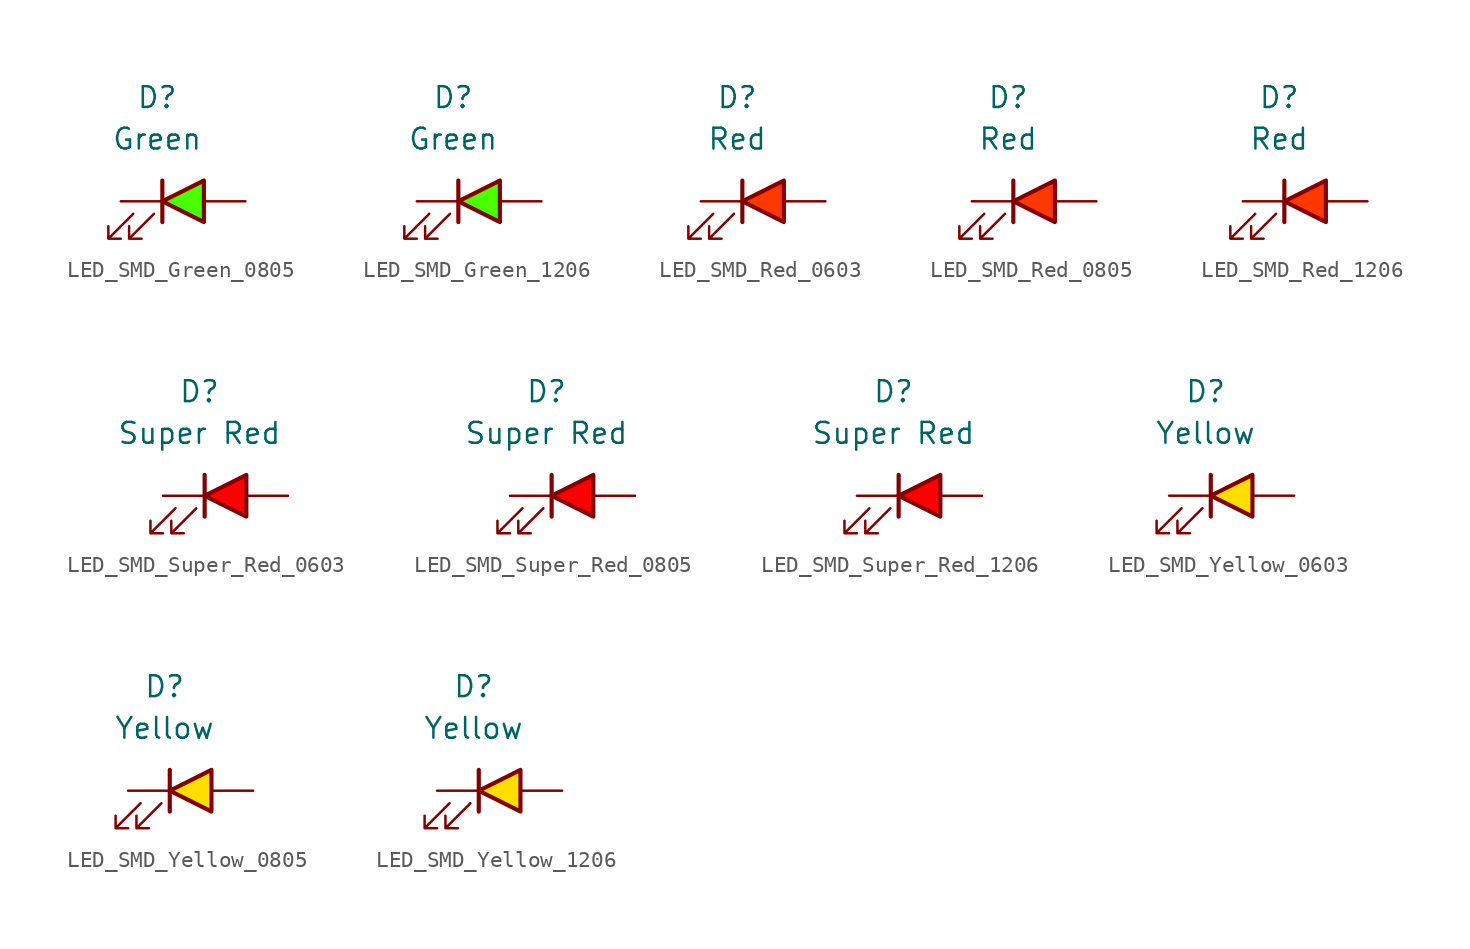
<source format=kicad_sym>
(kicad_symbol_lib
  (version 20241209)
  (generator "kicad_symbol_editor")
  (generator_version "9.0")
  (symbol "LED_SMD_Green_0805"
    (pin_numbers
      (hide yes))
    (pin_names
      (offset 1.016)
      (hide yes))
    (property "Reference" "D"
      (at -1.587 6.35 0)
      (effects (font (size 1.27 1.27))))
    (property "Value" "Green"
      (at -1.587 3.81 0)
      (effects (font (size 1.27 1.27))))
    (symbol "LED_SMD_Green_0805_0_1"
      (polyline (pts (xy -3.048 -0.762) (xy -4.572 -2.286) (xy -3.81 -2.286) (xy -4.572 -2.286) (xy -4.572 -1.524)) (stroke (width 0) (type default)) (fill (type none)))
      (polyline (pts (xy -1.778 -0.762) (xy -3.302 -2.286) (xy -2.54 -2.286) (xy -3.302 -2.286) (xy -3.302 -1.524)) (stroke (width 0) (type default)) (fill (type none)))
      (polyline (pts (xy -1.27 -1.27) (xy -1.27 1.27)) (stroke (width 0.254) (type default)) (fill (type none))))
    (symbol "LED_SMD_Green_0805_1_1"
      (polyline (pts (xy 1.27 -1.27) (xy 1.27 1.27) (xy -1.27 0) (xy 1.27 -1.27)) (stroke (width 0.254) (type default)) (fill (type color) (color 74 255 0 1)))
      (pin passive line (at -3.81 0 0) (length 2.54) (name "K" (effects (font (size 1.27 1.27)))) (number "1" (effects (font (size 1.27 1.27)))))
      (pin passive line (at 3.81 0 180) (length 2.54) (name "A" (effects (font (size 1.27 1.27)))) (number "2" (effects (font (size 1.27 1.27)))))))
  (symbol "LED_SMD_Green_1206"
    (pin_numbers
      (hide yes))
    (pin_names
      (offset 1.016)
      (hide yes))
    (property "Reference" "D"
      (at -1.587 6.35 0)
      (effects (font (size 1.27 1.27))))
    (property "Value" "Green"
      (at -1.587 3.81 0)
      (effects (font (size 1.27 1.27))))
    (symbol "LED_SMD_Green_1206_0_1"
      (polyline (pts (xy -3.048 -0.762) (xy -4.572 -2.286) (xy -3.81 -2.286) (xy -4.572 -2.286) (xy -4.572 -1.524)) (stroke (width 0) (type default)) (fill (type none)))
      (polyline (pts (xy -1.778 -0.762) (xy -3.302 -2.286) (xy -2.54 -2.286) (xy -3.302 -2.286) (xy -3.302 -1.524)) (stroke (width 0) (type default)) (fill (type none)))
      (polyline (pts (xy -1.27 -1.27) (xy -1.27 1.27)) (stroke (width 0.254) (type default)) (fill (type none))))
    (symbol "LED_SMD_Green_1206_1_1"
      (polyline (pts (xy 1.27 -1.27) (xy 1.27 1.27) (xy -1.27 0) (xy 1.27 -1.27)) (stroke (width 0.254) (type default)) (fill (type color) (color 74 255 0 1)))
      (pin passive line (at -3.81 0 0) (length 2.54) (name "K" (effects (font (size 1.27 1.27)))) (number "1" (effects (font (size 1.27 1.27)))))
      (pin passive line (at 3.81 0 180) (length 2.54) (name "A" (effects (font (size 1.27 1.27)))) (number "2" (effects (font (size 1.27 1.27)))))))
  (symbol "LED_SMD_Red_0603"
    (pin_numbers
      (hide yes))
    (pin_names
      (offset 1.016)
      (hide yes))
    (property "Reference" "D"
      (at -1.587 6.35 0)
      (effects (font (size 1.27 1.27))))
    (property "Value" "Red"
      (at -1.587 3.81 0)
      (effects (font (size 1.27 1.27))))
    (symbol "LED_SMD_Red_0603_0_1"
      (polyline (pts (xy -3.048 -0.762) (xy -4.572 -2.286) (xy -3.81 -2.286) (xy -4.572 -2.286) (xy -4.572 -1.524)) (stroke (width 0) (type default)) (fill (type none)))
      (polyline (pts (xy -1.778 -0.762) (xy -3.302 -2.286) (xy -2.54 -2.286) (xy -3.302 -2.286) (xy -3.302 -1.524)) (stroke (width 0) (type default)) (fill (type none)))
      (polyline (pts (xy -1.27 -1.27) (xy -1.27 1.27)) (stroke (width 0.254) (type default)) (fill (type none))))
    (symbol "LED_SMD_Red_0603_1_1"
      (polyline (pts (xy 1.27 -1.27) (xy 1.27 1.27) (xy -1.27 0) (xy 1.27 -1.27)) (stroke (width 0.254) (type default)) (fill (type color) (color 255 55 0 1)))
      (pin passive line (at -3.81 0 0) (length 2.54) (name "K" (effects (font (size 1.27 1.27)))) (number "1" (effects (font (size 1.27 1.27)))))
      (pin passive line (at 3.81 0 180) (length 2.54) (name "A" (effects (font (size 1.27 1.27)))) (number "2" (effects (font (size 1.27 1.27)))))))
  (symbol "LED_SMD_Red_0805"
    (pin_numbers
      (hide yes))
    (pin_names
      (offset 1.016)
      (hide yes))
    (property "Reference" "D"
      (at -1.587 6.35 0)
      (effects (font (size 1.27 1.27))))
    (property "Value" "Red"
      (at -1.587 3.81 0)
      (effects (font (size 1.27 1.27))))
    (symbol "LED_SMD_Red_0805_0_1"
      (polyline (pts (xy -3.048 -0.762) (xy -4.572 -2.286) (xy -3.81 -2.286) (xy -4.572 -2.286) (xy -4.572 -1.524)) (stroke (width 0) (type default)) (fill (type none)))
      (polyline (pts (xy -1.778 -0.762) (xy -3.302 -2.286) (xy -2.54 -2.286) (xy -3.302 -2.286) (xy -3.302 -1.524)) (stroke (width 0) (type default)) (fill (type none)))
      (polyline (pts (xy -1.27 -1.27) (xy -1.27 1.27)) (stroke (width 0.254) (type default)) (fill (type none))))
    (symbol "LED_SMD_Red_0805_1_1"
      (polyline (pts (xy 1.27 -1.27) (xy 1.27 1.27) (xy -1.27 0) (xy 1.27 -1.27)) (stroke (width 0.254) (type default)) (fill (type color) (color 255 55 0 1)))
      (pin passive line (at -3.81 0 0) (length 2.54) (name "K" (effects (font (size 1.27 1.27)))) (number "1" (effects (font (size 1.27 1.27)))))
      (pin passive line (at 3.81 0 180) (length 2.54) (name "A" (effects (font (size 1.27 1.27)))) (number "2" (effects (font (size 1.27 1.27)))))))
  (symbol "LED_SMD_Red_1206"
    (pin_numbers
      (hide yes))
    (pin_names
      (offset 1.016)
      (hide yes))
    (property "Reference" "D"
      (at -1.587 6.35 0)
      (effects (font (size 1.27 1.27))))
    (property "Value" "Red"
      (at -1.587 3.81 0)
      (effects (font (size 1.27 1.27))))
    (symbol "LED_SMD_Red_1206_0_1"
      (polyline (pts (xy -3.048 -0.762) (xy -4.572 -2.286) (xy -3.81 -2.286) (xy -4.572 -2.286) (xy -4.572 -1.524)) (stroke (width 0) (type default)) (fill (type none)))
      (polyline (pts (xy -1.778 -0.762) (xy -3.302 -2.286) (xy -2.54 -2.286) (xy -3.302 -2.286) (xy -3.302 -1.524)) (stroke (width 0) (type default)) (fill (type none)))
      (polyline (pts (xy -1.27 -1.27) (xy -1.27 1.27)) (stroke (width 0.254) (type default)) (fill (type none))))
    (symbol "LED_SMD_Red_1206_1_1"
      (polyline (pts (xy 1.27 -1.27) (xy 1.27 1.27) (xy -1.27 0) (xy 1.27 -1.27)) (stroke (width 0.254) (type default)) (fill (type color) (color 255 55 0 1)))
      (pin passive line (at -3.81 0 0) (length 2.54) (name "K" (effects (font (size 1.27 1.27)))) (number "1" (effects (font (size 1.27 1.27)))))
      (pin passive line (at 3.81 0 180) (length 2.54) (name "A" (effects (font (size 1.27 1.27)))) (number "2" (effects (font (size 1.27 1.27)))))))
  (symbol "LED_SMD_Super_Red_0603"
    (pin_numbers
      (hide yes))
    (pin_names
      (offset 1.016)
      (hide yes))
    (property "Reference" "D"
      (at -1.587 6.35 0)
      (effects (font (size 1.27 1.27))))
    (property "Value" "Super Red"
      (at -1.587 3.81 0)
      (effects (font (size 1.27 1.27))))
    (symbol "LED_SMD_Super_Red_0603_0_1"
      (polyline (pts (xy -3.048 -0.762) (xy -4.572 -2.286) (xy -3.81 -2.286) (xy -4.572 -2.286) (xy -4.572 -1.524)) (stroke (width 0) (type default)) (fill (type none)))
      (polyline (pts (xy -1.778 -0.762) (xy -3.302 -2.286) (xy -2.54 -2.286) (xy -3.302 -2.286) (xy -3.302 -1.524)) (stroke (width 0) (type default)) (fill (type none)))
      (polyline (pts (xy -1.27 -1.27) (xy -1.27 1.27)) (stroke (width 0.254) (type default)) (fill (type none))))
    (symbol "LED_SMD_Super_Red_0603_1_1"
      (polyline (pts (xy 1.27 -1.27) (xy 1.27 1.27) (xy -1.27 0) (xy 1.27 -1.27)) (stroke (width 0.254) (type default)) (fill (type color) (color 255 0 0 1)))
      (pin passive line (at -3.81 0 0) (length 2.54) (name "K" (effects (font (size 1.27 1.27)))) (number "1" (effects (font (size 1.27 1.27)))))
      (pin passive line (at 3.81 0 180) (length 2.54) (name "A" (effects (font (size 1.27 1.27)))) (number "2" (effects (font (size 1.27 1.27)))))))
  (symbol "LED_SMD_Super_Red_0805"
    (pin_numbers
      (hide yes))
    (pin_names
      (offset 1.016)
      (hide yes))
    (property "Reference" "D"
      (at -1.587 6.35 0)
      (effects (font (size 1.27 1.27))))
    (property "Value" "Super Red"
      (at -1.587 3.81 0)
      (effects (font (size 1.27 1.27))))
    (symbol "LED_SMD_Super_Red_0805_0_1"
      (polyline (pts (xy -3.048 -0.762) (xy -4.572 -2.286) (xy -3.81 -2.286) (xy -4.572 -2.286) (xy -4.572 -1.524)) (stroke (width 0) (type default)) (fill (type none)))
      (polyline (pts (xy -1.778 -0.762) (xy -3.302 -2.286) (xy -2.54 -2.286) (xy -3.302 -2.286) (xy -3.302 -1.524)) (stroke (width 0) (type default)) (fill (type none)))
      (polyline (pts (xy -1.27 -1.27) (xy -1.27 1.27)) (stroke (width 0.254) (type default)) (fill (type none))))
    (symbol "LED_SMD_Super_Red_0805_1_1"
      (polyline (pts (xy 1.27 -1.27) (xy 1.27 1.27) (xy -1.27 0) (xy 1.27 -1.27)) (stroke (width 0.254) (type default)) (fill (type color) (color 255 0 0 1)))
      (pin passive line (at -3.81 0 0) (length 2.54) (name "K" (effects (font (size 1.27 1.27)))) (number "1" (effects (font (size 1.27 1.27)))))
      (pin passive line (at 3.81 0 180) (length 2.54) (name "A" (effects (font (size 1.27 1.27)))) (number "2" (effects (font (size 1.27 1.27)))))))
  (symbol "LED_SMD_Super_Red_1206"
    (pin_numbers
      (hide yes))
    (pin_names
      (offset 1.016)
      (hide yes))
    (property "Reference" "D"
      (at -1.587 6.35 0)
      (effects (font (size 1.27 1.27))))
    (property "Value" "Super Red"
      (at -1.587 3.81 0)
      (effects (font (size 1.27 1.27))))
    (symbol "LED_SMD_Super_Red_1206_0_1"
      (polyline (pts (xy -3.048 -0.762) (xy -4.572 -2.286) (xy -3.81 -2.286) (xy -4.572 -2.286) (xy -4.572 -1.524)) (stroke (width 0) (type default)) (fill (type none)))
      (polyline (pts (xy -1.778 -0.762) (xy -3.302 -2.286) (xy -2.54 -2.286) (xy -3.302 -2.286) (xy -3.302 -1.524)) (stroke (width 0) (type default)) (fill (type none)))
      (polyline (pts (xy -1.27 -1.27) (xy -1.27 1.27)) (stroke (width 0.254) (type default)) (fill (type none))))
    (symbol "LED_SMD_Super_Red_1206_1_1"
      (polyline (pts (xy 1.27 -1.27) (xy 1.27 1.27) (xy -1.27 0) (xy 1.27 -1.27)) (stroke (width 0.254) (type default)) (fill (type color) (color 255 0 0 1)))
      (pin passive line (at -3.81 0 0) (length 2.54) (name "K" (effects (font (size 1.27 1.27)))) (number "1" (effects (font (size 1.27 1.27)))))
      (pin passive line (at 3.81 0 180) (length 2.54) (name "A" (effects (font (size 1.27 1.27)))) (number "2" (effects (font (size 1.27 1.27)))))))
  (symbol "LED_SMD_Yellow_0603"
    (pin_numbers
      (hide yes))
    (pin_names
      (offset 1.016)
      (hide yes))
    (property "Reference" "D"
      (at -1.587 6.35 0)
      (effects (font (size 1.27 1.27))))
    (property "Value" "Yellow"
      (at -1.587 3.81 0)
      (effects (font (size 1.27 1.27))))
    (symbol "LED_SMD_Yellow_0603_0_1"
      (polyline (pts (xy -3.048 -0.762) (xy -4.572 -2.286) (xy -3.81 -2.286) (xy -4.572 -2.286) (xy -4.572 -1.524)) (stroke (width 0) (type default)) (fill (type none)))
      (polyline (pts (xy -1.778 -0.762) (xy -3.302 -2.286) (xy -2.54 -2.286) (xy -3.302 -2.286) (xy -3.302 -1.524)) (stroke (width 0) (type default)) (fill (type none)))
      (polyline (pts (xy -1.27 -1.27) (xy -1.27 1.27)) (stroke (width 0.254) (type default)) (fill (type none))))
    (symbol "LED_SMD_Yellow_0603_1_1"
      (polyline (pts (xy 1.27 -1.27) (xy 1.27 1.27) (xy -1.27 0) (xy 1.27 -1.27)) (stroke (width 0.254) (type default)) (fill (type color) (color 255 223 0 1)))
      (pin passive line (at -3.81 0 0) (length 2.54) (name "K" (effects (font (size 1.27 1.27)))) (number "1" (effects (font (size 1.27 1.27)))))
      (pin passive line (at 3.81 0 180) (length 2.54) (name "A" (effects (font (size 1.27 1.27)))) (number "2" (effects (font (size 1.27 1.27)))))))
  (symbol "LED_SMD_Yellow_0805"
    (pin_numbers
      (hide yes))
    (pin_names
      (offset 1.016)
      (hide yes))
    (property "Reference" "D"
      (at -1.587 6.35 0)
      (effects (font (size 1.27 1.27))))
    (property "Value" "Yellow"
      (at -1.587 3.81 0)
      (effects (font (size 1.27 1.27))))
    (symbol "LED_SMD_Yellow_0805_0_1"
      (polyline (pts (xy -3.048 -0.762) (xy -4.572 -2.286) (xy -3.81 -2.286) (xy -4.572 -2.286) (xy -4.572 -1.524)) (stroke (width 0) (type default)) (fill (type none)))
      (polyline (pts (xy -1.778 -0.762) (xy -3.302 -2.286) (xy -2.54 -2.286) (xy -3.302 -2.286) (xy -3.302 -1.524)) (stroke (width 0) (type default)) (fill (type none)))
      (polyline (pts (xy -1.27 -1.27) (xy -1.27 1.27)) (stroke (width 0.254) (type default)) (fill (type none))))
    (symbol "LED_SMD_Yellow_0805_1_1"
      (polyline (pts (xy 1.27 -1.27) (xy 1.27 1.27) (xy -1.27 0) (xy 1.27 -1.27)) (stroke (width 0.254) (type default)) (fill (type color) (color 255 223 0 1)))
      (pin passive line (at -3.81 0 0) (length 2.54) (name "K" (effects (font (size 1.27 1.27)))) (number "1" (effects (font (size 1.27 1.27)))))
      (pin passive line (at 3.81 0 180) (length 2.54) (name "A" (effects (font (size 1.27 1.27)))) (number "2" (effects (font (size 1.27 1.27)))))))
  (symbol "LED_SMD_Yellow_1206"
    (pin_numbers
      (hide yes))
    (pin_names
      (offset 1.016)
      (hide yes))
    (property "Reference" "D"
      (at -1.587 6.35 0)
      (effects (font (size 1.27 1.27))))
    (property "Value" "Yellow"
      (at -1.587 3.81 0)
      (effects (font (size 1.27 1.27))))
    (symbol "LED_SMD_Yellow_1206_0_1"
      (polyline (pts (xy -3.048 -0.762) (xy -4.572 -2.286) (xy -3.81 -2.286) (xy -4.572 -2.286) (xy -4.572 -1.524)) (stroke (width 0) (type default)) (fill (type none)))
      (polyline (pts (xy -1.778 -0.762) (xy -3.302 -2.286) (xy -2.54 -2.286) (xy -3.302 -2.286) (xy -3.302 -1.524)) (stroke (width 0) (type default)) (fill (type none)))
      (polyline (pts (xy -1.27 -1.27) (xy -1.27 1.27)) (stroke (width 0.254) (type default)) (fill (type none))))
    (symbol "LED_SMD_Yellow_1206_1_1"
      (polyline (pts (xy 1.27 -1.27) (xy 1.27 1.27) (xy -1.27 0) (xy 1.27 -1.27)) (stroke (width 0.254) (type default)) (fill (type color) (color 255 223 0 1)))
      (pin passive line (at -3.81 0 0) (length 2.54) (name "K" (effects (font (size 1.27 1.27)))) (number "1" (effects (font (size 1.27 1.27)))))
      (pin passive line (at 3.81 0 180) (length 2.54) (name "A" (effects (font (size 1.27 1.27)))) (number "2" (effects (font (size 1.27 1.27))))))))
</source>
